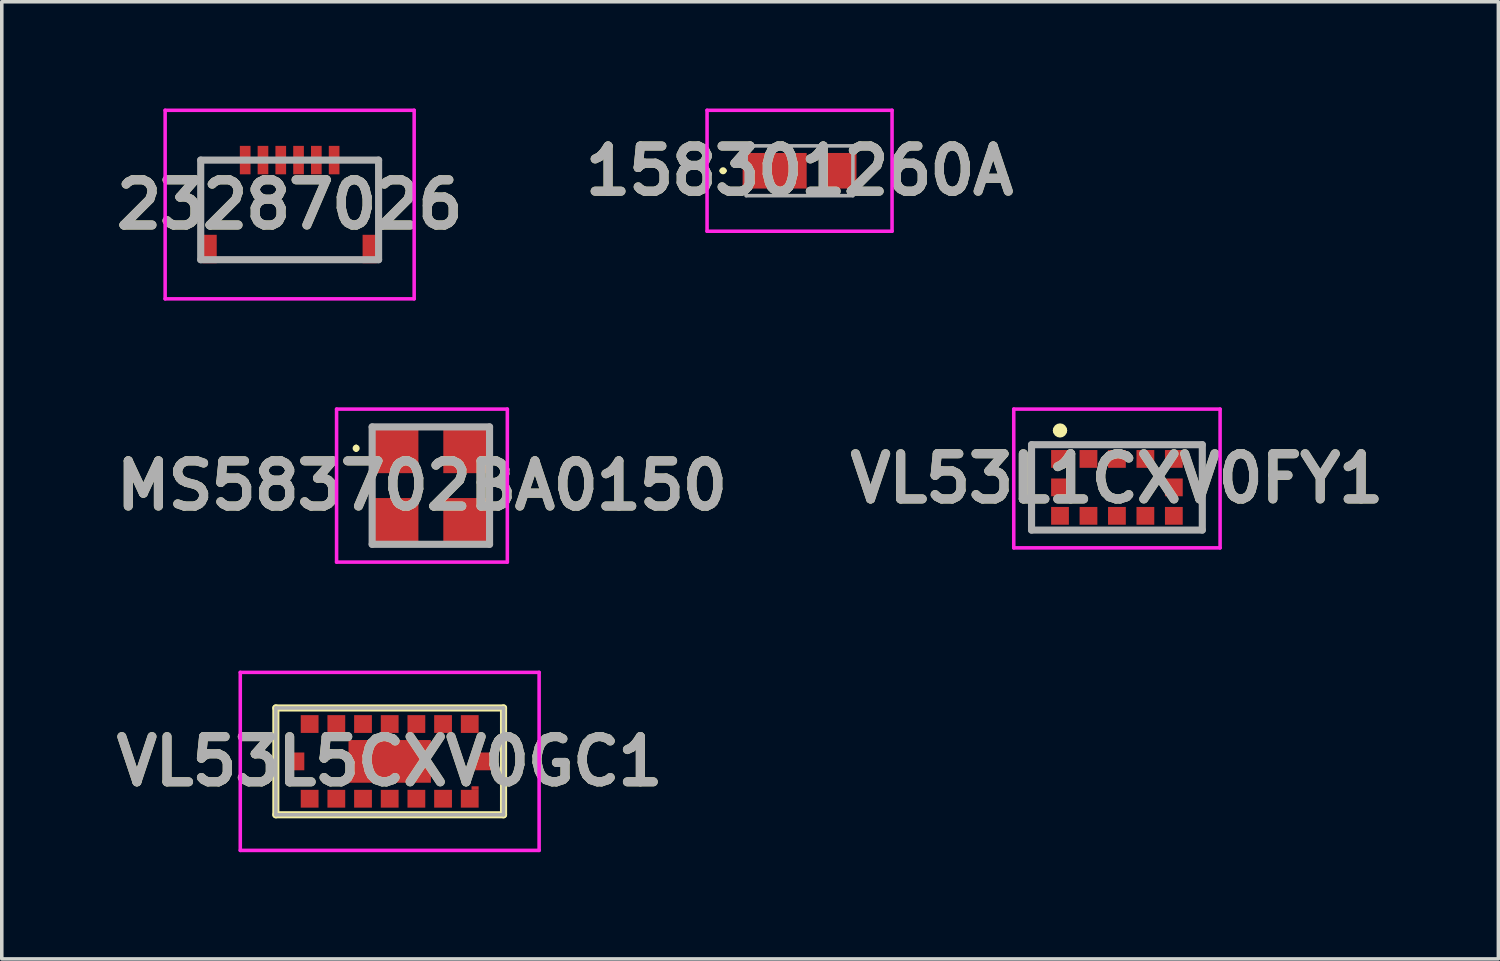
<source format=kicad_pcb>
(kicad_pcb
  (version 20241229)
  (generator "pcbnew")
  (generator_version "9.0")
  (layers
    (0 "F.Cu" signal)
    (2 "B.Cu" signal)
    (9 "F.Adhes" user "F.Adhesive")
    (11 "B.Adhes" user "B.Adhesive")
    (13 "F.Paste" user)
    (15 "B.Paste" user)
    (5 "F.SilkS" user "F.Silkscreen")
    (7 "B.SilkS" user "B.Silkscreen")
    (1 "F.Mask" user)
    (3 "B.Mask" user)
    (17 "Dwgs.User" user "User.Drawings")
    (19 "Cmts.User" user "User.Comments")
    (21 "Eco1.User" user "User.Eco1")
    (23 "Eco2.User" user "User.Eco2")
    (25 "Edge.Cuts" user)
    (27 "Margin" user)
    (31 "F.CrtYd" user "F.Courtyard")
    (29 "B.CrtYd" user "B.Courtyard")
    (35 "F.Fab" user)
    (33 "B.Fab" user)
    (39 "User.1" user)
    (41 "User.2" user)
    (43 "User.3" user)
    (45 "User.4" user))
  (footprint "MS583702BA0150"
    (layer "F.Cu")
    (at 9.061 10.6)
    (property "Reference" "MS583702BA0150" (at -0.25 0 0) (layer "F.SilkS") (effects (font (size 1.27 1.27) (thickness 0.254))))
    (attr smd)
    (fp_line (start -2.1 -1.1) (end -2.1 -1.1) (stroke (width 0.1) (type solid)) (layer "F.SilkS"))
    (fp_line (start -2.1 -1) (end -2.1 -1) (stroke (width 0.1) (type solid)) (layer "F.SilkS"))
    (fp_line (start -1.65 -0.2) (end -1.65 0.2) (stroke (width 0.1) (type solid)) (layer "F.SilkS"))
    (fp_line (start -0.2 -1.65) (end 0.2 -1.65) (stroke (width 0.1) (type solid)) (layer "F.SilkS"))
    (fp_line (start -0.2 1.65) (end 0.2 1.65) (stroke (width 0.1) (type solid)) (layer "F.SilkS"))
    (fp_line (start 1.65 -0.2) (end 1.65 0.2) (stroke (width 0.1) (type solid)) (layer "F.SilkS"))
    (fp_arc (start -2.1 -1.1) (mid -2.05 -1.05) (end -2.1 -1) (stroke (width 0.1) (type solid)) (layer "F.SilkS"))
    (fp_arc (start -2.1 -1) (mid -2.15 -1.05) (end -2.1 -1.1) (stroke (width 0.1) (type solid)) (layer "F.SilkS"))
    (fp_line (start -2.65 -2.15) (end 2.15 -2.15) (stroke (width 0.1) (type solid)) (layer "F.CrtYd"))
    (fp_line (start -2.65 2.15) (end -2.65 -2.15) (stroke (width 0.1) (type solid)) (layer "F.CrtYd"))
    (fp_line (start 2.15 -2.15) (end 2.15 2.15) (stroke (width 0.1) (type solid)) (layer "F.CrtYd"))
    (fp_line (start 2.15 2.15) (end -2.65 2.15) (stroke (width 0.1) (type solid)) (layer "F.CrtYd"))
    (fp_line (start -1.65 -1.65) (end 1.65 -1.65) (stroke (width 0.2) (type solid)) (layer "F.Fab"))
    (fp_line (start -1.65 1.65) (end -1.65 -1.65) (stroke (width 0.2) (type solid)) (layer "F.Fab"))
    (fp_line (start 1.65 -1.65) (end 1.65 1.65) (stroke (width 0.2) (type solid)) (layer "F.Fab"))
    (fp_line (start 1.65 1.65) (end -1.65 1.65) (stroke (width 0.2) (type solid)) (layer "F.Fab"))
    (fp_text user "${REFERENCE}" (at -0.25 0 0) (layer "F.Fab") (effects (font (size 1.27 1.27) (thickness 0.254))))
    (pad "1" smd rect (at -1 -1 90) (size 1.3 1.3) (layers "F.Cu" "F.Mask" "F.Paste"))
    (pad "2" smd rect (at -1 1 90) (size 1.3 1.3) (layers "F.Cu" "F.Mask" "F.Paste"))
    (pad "3" smd rect (at 1 1 90) (size 1.3 1.3) (layers "F.Cu" "F.Mask" "F.Paste"))
    (pad "4" smd rect (at 1 -1 90) (size 1.3 1.3) (layers "F.Cu" "F.Mask" "F.Paste")))
  (footprint "VL53L1CXV0FY1"
    (layer "F.Cu")
    (at 28.346 10.65)
    (property "Reference" "VL53L1CXV0FY1" (at 0 -0.25 0) (layer "F.SilkS") (effects (font (size 1.27 1.27) (thickness 0.254))))
    (attr smd)
    (fp_line (start -2.4 -1.2) (end 2.4 -1.2) (stroke (width 0.1) (type solid)) (layer "F.SilkS"))
    (fp_line (start -2.4 1.2) (end -2.4 -1.2) (stroke (width 0.1) (type solid)) (layer "F.SilkS"))
    (fp_line (start -1.7 -1.6) (end -1.7 -1.6) (stroke (width 0.2) (type solid)) (layer "F.SilkS"))
    (fp_line (start -1.5 -1.6) (end -1.5 -1.6) (stroke (width 0.2) (type solid)) (layer "F.SilkS"))
    (fp_line (start 2.4 -1.2) (end 2.4 1.2) (stroke (width 0.1) (type solid)) (layer "F.SilkS"))
    (fp_line (start 2.4 1.2) (end -2.4 1.2) (stroke (width 0.1) (type solid)) (layer "F.SilkS"))
    (fp_arc (start -1.7 -1.6) (mid -1.6 -1.7) (end -1.5 -1.6) (stroke (width 0.2) (type solid)) (layer "F.SilkS"))
    (fp_arc (start -1.5 -1.6) (mid -1.6 -1.5) (end -1.7 -1.6) (stroke (width 0.2) (type solid)) (layer "F.SilkS"))
    (fp_line (start -2.9 -2.2) (end 2.9 -2.2) (stroke (width 0.1) (type solid)) (layer "F.CrtYd"))
    (fp_line (start -2.9 1.7) (end -2.9 -2.2) (stroke (width 0.1) (type solid)) (layer "F.CrtYd"))
    (fp_line (start 2.9 -2.2) (end 2.9 1.7) (stroke (width 0.1) (type solid)) (layer "F.CrtYd"))
    (fp_line (start 2.9 1.7) (end -2.9 1.7) (stroke (width 0.1) (type solid)) (layer "F.CrtYd"))
    (fp_line (start -2.4 -1.2) (end -2.4 1.2) (stroke (width 0.2) (type solid)) (layer "F.Fab"))
    (fp_line (start -2.4 1.2) (end 2.4 1.2) (stroke (width 0.2) (type solid)) (layer "F.Fab"))
    (fp_line (start 2.4 -1.2) (end -2.4 -1.2) (stroke (width 0.2) (type solid)) (layer "F.Fab"))
    (fp_line (start 2.4 1.2) (end 2.4 -1.2) (stroke (width 0.2) (type solid)) (layer "F.Fab"))
    (fp_text user "${REFERENCE}" (at 0 -0.25 0) (layer "F.Fab") (effects (font (size 1.27 1.27) (thickness 0.254))))
    (pad "1" smd rect (at -1.6 -0.8 90) (size 0.5 0.5) (layers "F.Cu" "F.Mask" "F.Paste"))
    (pad "2" smd rect (at -0.8 -0.8 90) (size 0.5 0.5) (layers "F.Cu" "F.Mask" "F.Paste"))
    (pad "3" smd rect (at 0 -0.8 90) (size 0.5 0.5) (layers "F.Cu" "F.Mask" "F.Paste"))
    (pad "4" smd rect (at 0.8 -0.8 90) (size 0.5 0.5) (layers "F.Cu" "F.Mask" "F.Paste"))
    (pad "5" smd rect (at 1.6 -0.8 90) (size 0.5 0.5) (layers "F.Cu" "F.Mask" "F.Paste"))
    (pad "6" smd rect (at 1.6 0 90) (size 0.5 0.5) (layers "F.Cu" "F.Mask" "F.Paste"))
    (pad "7" smd rect (at 1.6 0.8 90) (size 0.5 0.5) (layers "F.Cu" "F.Mask" "F.Paste"))
    (pad "8" smd rect (at 0.8 0.8 90) (size 0.5 0.5) (layers "F.Cu" "F.Mask" "F.Paste"))
    (pad "9" smd rect (at 0 0.8 90) (size 0.5 0.5) (layers "F.Cu" "F.Mask" "F.Paste"))
    (pad "10" smd rect (at -0.8 0.8 90) (size 0.5 0.5) (layers "F.Cu" "F.Mask" "F.Paste"))
    (pad "11" smd rect (at -1.6 0.8 90) (size 0.5 0.5) (layers "F.Cu" "F.Mask" "F.Paste"))
    (pad "12" smd rect (at -1.6 0 90) (size 0.5 0.5) (layers "F.Cu" "F.Mask" "F.Paste")))
  (footprint "23287026"
    (layer "F.Cu")
    (at 5.092 2.85)
    (property "Reference" "23287026" (at 0 -0.15 0) (layer "F.SilkS") (effects (font (size 1.27 1.27) (thickness 0.254))))
    (attr smd)
    (fp_line (start -2.5 -1.4) (end -2.5 0.2) (stroke (width 0.1) (type solid)) (layer "F.SilkS"))
    (fp_line (start -2 -1.4) (end -2.5 -1.4) (stroke (width 0.1) (type solid)) (layer "F.SilkS"))
    (fp_line (start -1.5 1.4) (end 1.5 1.4) (stroke (width 0.1) (type solid)) (layer "F.SilkS"))
    (fp_line (start 2 -1.4) (end 2.5 -1.4) (stroke (width 0.1) (type solid)) (layer "F.SilkS"))
    (fp_line (start 2.5 -1.4) (end 2.5 0.2) (stroke (width 0.1) (type solid)) (layer "F.SilkS"))
    (fp_line (start -3.5 -2.8) (end 3.5 -2.8) (stroke (width 0.1) (type solid)) (layer "F.CrtYd"))
    (fp_line (start -3.5 2.5) (end -3.5 -2.8) (stroke (width 0.1) (type solid)) (layer "F.CrtYd"))
    (fp_line (start 3.5 -2.8) (end 3.5 2.5) (stroke (width 0.1) (type solid)) (layer "F.CrtYd"))
    (fp_line (start 3.5 2.5) (end -3.5 2.5) (stroke (width 0.1) (type solid)) (layer "F.CrtYd"))
    (fp_line (start -2.5 -1.4) (end 2.5 -1.4) (stroke (width 0.2) (type solid)) (layer "F.Fab"))
    (fp_line (start -2.5 1.4) (end -2.5 -1.4) (stroke (width 0.2) (type solid)) (layer "F.Fab"))
    (fp_line (start 2.5 -1.4) (end 2.5 1.4) (stroke (width 0.2) (type solid)) (layer "F.Fab"))
    (fp_line (start 2.5 1.4) (end -2.5 1.4) (stroke (width 0.2) (type solid)) (layer "F.Fab"))
    (fp_text user "${REFERENCE}" (at 0 -0.15 0) (layer "F.Fab") (effects (font (size 1.27 1.27) (thickness 0.254))))
    (pad "1" smd rect (at 1.25 -1.4) (size 0.3 0.8) (layers "F.Cu" "F.Mask" "F.Paste"))
    (pad "2" smd rect (at 0.75 -1.4) (size 0.3 0.8) (layers "F.Cu" "F.Mask" "F.Paste"))
    (pad "3" smd rect (at 0.25 -1.4) (size 0.3 0.8) (layers "F.Cu" "F.Mask" "F.Paste"))
    (pad "4" smd rect (at -0.25 -1.4) (size 0.3 0.8) (layers "F.Cu" "F.Mask" "F.Paste"))
    (pad "5" smd rect (at -0.75 -1.4) (size 0.3 0.8) (layers "F.Cu" "F.Mask" "F.Paste"))
    (pad "6" smd rect (at -1.25 -1.4) (size 0.3 0.8) (layers "F.Cu" "F.Mask" "F.Paste"))
    (pad "MP1" smd rect (at -2.25 1.1) (size 0.4 0.8) (layers "F.Cu" "F.Mask" "F.Paste"))
    (pad "MP2" smd rect (at 2.25 1.1) (size 0.4 0.8) (layers "F.Cu" "F.Mask" "F.Paste")))
  (footprint "VL53L5CXV0GC1"
    (layer "F.Cu")
    (at 7.904 18.352)
    (property "Reference" "VL53L5CXV0GC1" (at 0 0 0) (layer "F.SilkS") (effects (font (size 1.27 1.27) (thickness 0.254))))
    (attr smd)
    (fp_line (start -3.2 -1.502) (end 3.2 -1.502) (stroke (width 0.2) (type solid)) (layer "F.SilkS"))
    (fp_line (start -3.2 1.501) (end -3.2 -1.502) (stroke (width 0.2) (type solid)) (layer "F.SilkS"))
    (fp_line (start 3.2 -1.502) (end 3.2 1.501) (stroke (width 0.2) (type solid)) (layer "F.SilkS"))
    (fp_line (start 3.2 1.501) (end -3.2 1.501) (stroke (width 0.2) (type solid)) (layer "F.SilkS"))
    (fp_line (start -4.2 -2.502) (end 4.2 -2.502) (stroke (width 0.1) (type solid)) (layer "F.CrtYd"))
    (fp_line (start -4.2 2.502) (end -4.2 -2.502) (stroke (width 0.1) (type solid)) (layer "F.CrtYd"))
    (fp_line (start 4.2 -2.502) (end 4.2 2.502) (stroke (width 0.1) (type solid)) (layer "F.CrtYd"))
    (fp_line (start 4.2 2.502) (end -4.2 2.502) (stroke (width 0.1) (type solid)) (layer "F.CrtYd"))
    (fp_line (start -3.2 -1.502) (end 3.2 -1.502) (stroke (width 0.1) (type solid)) (layer "F.Fab"))
    (fp_line (start -3.2 1.501) (end -3.2 -1.502) (stroke (width 0.1) (type solid)) (layer "F.Fab"))
    (fp_line (start 3.2 -1.502) (end 3.2 1.501) (stroke (width 0.1) (type solid)) (layer "F.Fab"))
    (fp_line (start 3.2 1.501) (end -3.2 1.501) (stroke (width 0.1) (type solid)) (layer "F.Fab"))
    (fp_text user "${REFERENCE}" (at 0 0 0) (layer "F.Fab") (effects (font (size 1.27 1.27) (thickness 0.254))))
    (pad "A1" smd rect (at 2.25 1.05 90) (size 0.5 0.5) (layers "F.Cu" "F.Mask" "F.Paste"))
    (pad "A2" smd rect (at 1.5 1.05 90) (size 0.5 0.5) (layers "F.Cu" "F.Mask" "F.Paste"))
    (pad "A3" smd rect (at 0.75 1.05 90) (size 0.5 0.5) (layers "F.Cu" "F.Mask" "F.Paste"))
    (pad "A4" smd rect (at 0 1.05 90) (size 0.5 0.5) (layers "F.Cu" "F.Mask" "F.Paste"))
    (pad "A5" smd rect (at -0.75 1.05 90) (size 0.5 0.5) (layers "F.Cu" "F.Mask" "F.Paste"))
    (pad "A6" smd rect (at -1.5 1.05 90) (size 0.5 0.5) (layers "F.Cu" "F.Mask" "F.Paste"))
    (pad "A7" smd rect (at -2.25 1.05 90) (size 0.5 0.5) (layers "F.Cu" "F.Mask" "F.Paste"))
    (pad "A8" smd rect (at 2.4 0.75 90) (size 0.1 0.2) (layers "F.Cu" "F.Mask" "F.Paste"))
    (pad "B1" smd rect (at 2.65 0 90) (size 0.5 0.5) (layers "F.Cu" "F.Mask" "F.Paste"))
    (pad "B4" smd rect (at 0 0 90) (size 1.2 2.316) (layers "F.Cu" "F.Mask" "F.Paste"))
    (pad "B7" smd rect (at -2.65 0 90) (size 0.5 0.5) (layers "F.Cu" "F.Mask" "F.Paste"))
    (pad "C1" smd rect (at 2.25 -1.05 90) (size 0.5 0.5) (layers "F.Cu" "F.Mask" "F.Paste"))
    (pad "C2" smd rect (at 1.5 -1.05 90) (size 0.5 0.5) (layers "F.Cu" "F.Mask" "F.Paste"))
    (pad "C3" smd rect (at 0.75 -1.05 90) (size 0.5 0.5) (layers "F.Cu" "F.Mask" "F.Paste"))
    (pad "C4" smd rect (at 0 -1.05 90) (size 0.5 0.5) (layers "F.Cu" "F.Mask" "F.Paste"))
    (pad "C5" smd rect (at -0.75 -1.05 90) (size 0.5 0.5) (layers "F.Cu" "F.Mask" "F.Paste"))
    (pad "C6" smd rect (at -1.5 -1.05 90) (size 0.5 0.5) (layers "F.Cu" "F.Mask" "F.Paste"))
    (pad "C7" smd rect (at -2.25 -1.05 90) (size 0.5 0.5) (layers "F.Cu" "F.Mask" "F.Paste")))
  (footprint "158301260A"
    (layer "F.Cu")
    (at 19.425 1.75)
    (property "Reference" "158301260A" (at 0 0 0) (layer "F.SilkS") (effects (font (size 1.27 1.27) (thickness 0.254))))
    (attr smd)
    (fp_line (start -2.2 0) (end -2.2 0) (stroke (width 0.1) (type solid)) (layer "F.SilkS"))
    (fp_line (start -2.1 0) (end -2.1 0) (stroke (width 0.1) (type solid)) (layer "F.SilkS"))
    (fp_arc (start -2.2 0) (mid -2.15 -0.05) (end -2.1 0) (stroke (width 0.1) (type solid)) (layer "F.SilkS"))
    (fp_arc (start -2.1 0) (mid -2.15 0.05) (end -2.2 0) (stroke (width 0.1) (type solid)) (layer "F.SilkS"))
    (fp_line (start -2.6 -1.7) (end 2.6 -1.7) (stroke (width 0.1) (type solid)) (layer "F.CrtYd"))
    (fp_line (start -2.6 1.7) (end -2.6 -1.7) (stroke (width 0.1) (type solid)) (layer "F.CrtYd"))
    (fp_line (start 2.6 -1.7) (end 2.6 1.7) (stroke (width 0.1) (type solid)) (layer "F.CrtYd"))
    (fp_line (start 2.6 1.7) (end -2.6 1.7) (stroke (width 0.1) (type solid)) (layer "F.CrtYd"))
    (fp_line (start -1.5 -0.7) (end 1.5 -0.7) (stroke (width 0.1) (type solid)) (layer "F.Fab"))
    (fp_line (start -1.5 0.7) (end -1.5 -0.7) (stroke (width 0.1) (type solid)) (layer "F.Fab"))
    (fp_line (start 1.5 -0.7) (end 1.5 0.7) (stroke (width 0.1) (type solid)) (layer "F.Fab"))
    (fp_line (start 1.5 0.7) (end -1.5 0.7) (stroke (width 0.1) (type solid)) (layer "F.Fab"))
    (fp_text user "${REFERENCE}" (at 0 0 0) (layer "F.Fab") (effects (font (size 1.27 1.27) (thickness 0.254))))
    (pad "1" smd rect (at -0.7 0 90) (size 1 1.8) (layers "F.Cu" "F.Mask" "F.Paste"))
    (pad "2" smd rect (at 1.1 0) (size 1 1) (layers "F.Cu" "F.Mask" "F.Paste")))
  (gr_rect
    (start -3 -3)
    (end 39.068 23.904)
    (stroke (width 0.1) (type default))
    (fill no)
    (layer "Edge.Cuts")))
</source>
